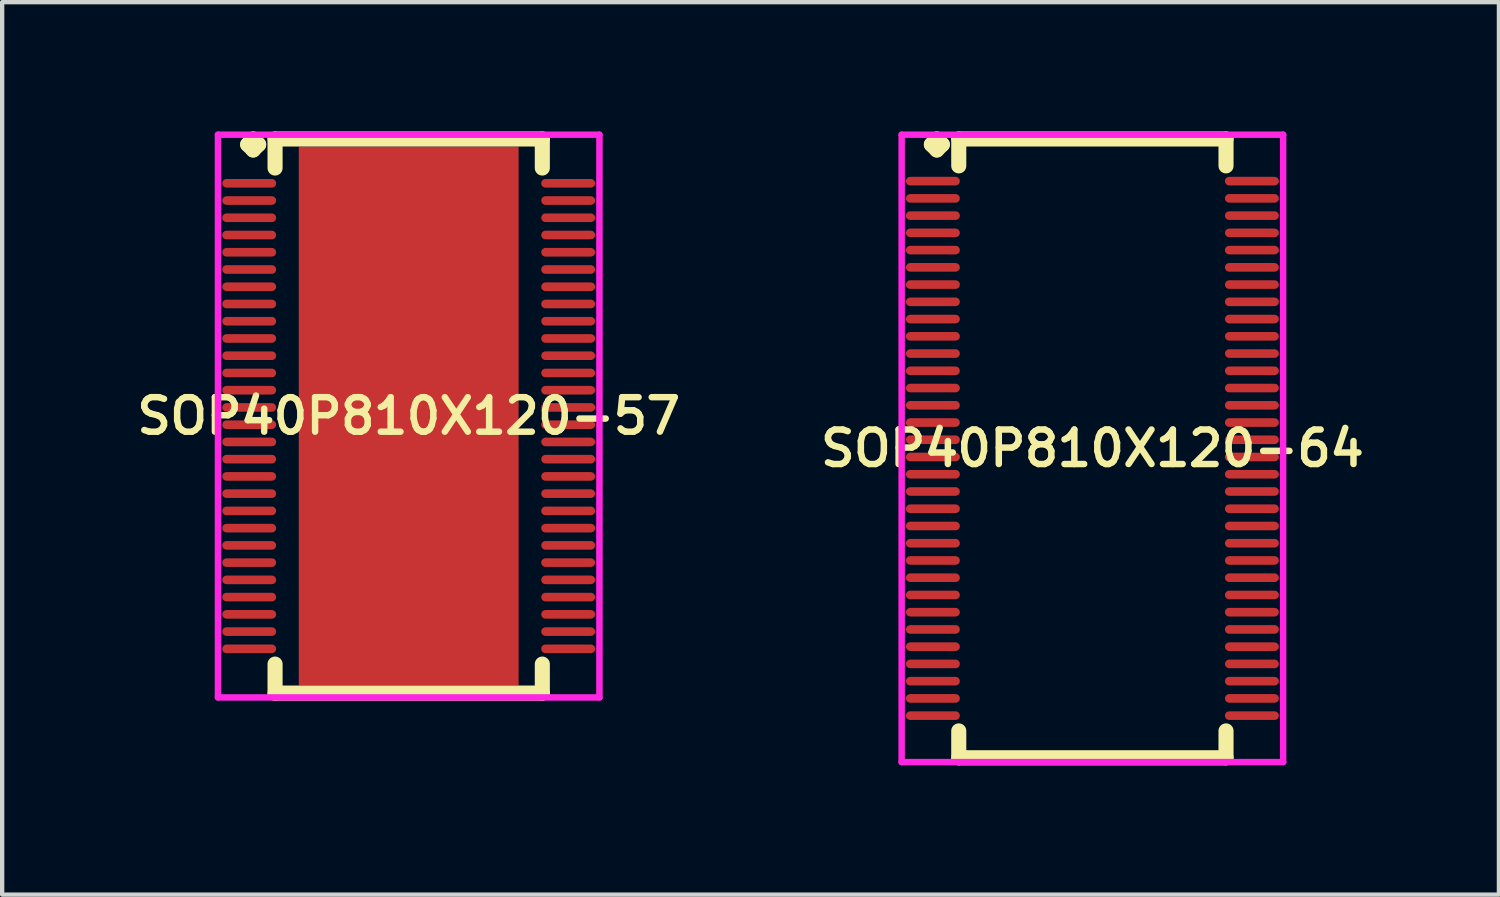
<source format=kicad_pcb>
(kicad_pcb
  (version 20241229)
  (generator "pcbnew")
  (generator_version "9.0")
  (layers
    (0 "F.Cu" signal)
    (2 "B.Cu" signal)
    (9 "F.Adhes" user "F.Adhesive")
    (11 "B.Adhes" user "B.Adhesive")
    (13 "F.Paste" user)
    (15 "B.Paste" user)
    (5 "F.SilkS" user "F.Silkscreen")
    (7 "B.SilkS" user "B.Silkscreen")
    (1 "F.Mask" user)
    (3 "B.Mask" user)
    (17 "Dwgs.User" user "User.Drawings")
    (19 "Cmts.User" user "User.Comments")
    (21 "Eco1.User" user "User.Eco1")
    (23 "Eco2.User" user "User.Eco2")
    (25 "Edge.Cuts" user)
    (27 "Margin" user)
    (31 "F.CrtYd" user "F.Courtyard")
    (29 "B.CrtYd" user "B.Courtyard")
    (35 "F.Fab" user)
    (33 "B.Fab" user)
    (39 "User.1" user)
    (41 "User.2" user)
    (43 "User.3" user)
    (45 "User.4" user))
  (footprint "SOP40P810X120-57"
    (layer "F.Cu")
    (at 6.431 6.602)
    (property "Reference" "SOP40P810X120-57" (at 0 0 0) (layer "F.SilkS") (effects (font (size 0.8 0.8) (thickness 0.15))))
    (attr smd)
    (fp_line (start -3.735 -6.3) (end -3.608 -6.427) (stroke (width 0.35) (type solid)) (layer "F.SilkS"))
    (fp_line (start -3.608 -6.427) (end -3.481 -6.3) (stroke (width 0.35) (type solid)) (layer "F.SilkS"))
    (fp_line (start -3.608 -6.173) (end -3.735 -6.3) (stroke (width 0.35) (type solid)) (layer "F.SilkS"))
    (fp_line (start -3.481 -6.3) (end -3.608 -6.173) (stroke (width 0.35) (type solid)) (layer "F.SilkS"))
    (fp_line (start -3.1 -6.427) (end 3.1 -6.427) (stroke (width 0.35) (type solid)) (layer "F.SilkS"))
    (fp_line (start -3.1 -5.754) (end -3.1 -6.427) (stroke (width 0.35) (type solid)) (layer "F.SilkS"))
    (fp_line (start -3.1 5.754) (end -3.1 6.427) (stroke (width 0.35) (type solid)) (layer "F.SilkS"))
    (fp_line (start -3.1 6.427) (end 3.1 6.427) (stroke (width 0.35) (type solid)) (layer "F.SilkS"))
    (fp_line (start 3.1 -6.427) (end 3.1 -5.754) (stroke (width 0.35) (type solid)) (layer "F.SilkS"))
    (fp_line (start 3.1 6.427) (end 3.1 5.754) (stroke (width 0.35) (type solid)) (layer "F.SilkS"))
    (fp_line (start -4.425 -6.527) (end 4.425 -6.527) (stroke (width 0.15) (type solid)) (layer "F.CrtYd"))
    (fp_line (start -4.425 6.527) (end -4.425 -6.527) (stroke (width 0.15) (type solid)) (layer "F.CrtYd"))
    (fp_line (start 4.425 -6.527) (end 4.425 6.527) (stroke (width 0.15) (type solid)) (layer "F.CrtYd"))
    (fp_line (start 4.425 6.527) (end -4.425 6.527) (stroke (width 0.15) (type solid)) (layer "F.CrtYd"))
    (pad "1" smd oval (at -3.7 -5.4) (size 1.25 0.2) (layers "F.Cu" "F.Mask" "F.Paste"))
    (pad "2" smd oval (at -3.7 -5) (size 1.25 0.2) (layers "F.Cu" "F.Mask" "F.Paste"))
    (pad "3" smd oval (at -3.7 -4.6) (size 1.25 0.2) (layers "F.Cu" "F.Mask" "F.Paste"))
    (pad "4" smd oval (at -3.7 -4.2) (size 1.25 0.2) (layers "F.Cu" "F.Mask" "F.Paste"))
    (pad "5" smd oval (at -3.7 -3.8) (size 1.25 0.2) (layers "F.Cu" "F.Mask" "F.Paste"))
    (pad "6" smd oval (at -3.7 -3.4) (size 1.25 0.2) (layers "F.Cu" "F.Mask" "F.Paste"))
    (pad "7" smd oval (at -3.7 -3) (size 1.25 0.2) (layers "F.Cu" "F.Mask" "F.Paste"))
    (pad "8" smd oval (at -3.7 -2.6) (size 1.25 0.2) (layers "F.Cu" "F.Mask" "F.Paste"))
    (pad "9" smd oval (at -3.7 -2.2) (size 1.25 0.2) (layers "F.Cu" "F.Mask" "F.Paste"))
    (pad "10" smd oval (at -3.7 -1.8) (size 1.25 0.2) (layers "F.Cu" "F.Mask" "F.Paste"))
    (pad "11" smd oval (at -3.7 -1.4) (size 1.25 0.2) (layers "F.Cu" "F.Mask" "F.Paste"))
    (pad "12" smd oval (at -3.7 -1) (size 1.25 0.2) (layers "F.Cu" "F.Mask" "F.Paste"))
    (pad "13" smd oval (at -3.7 -0.6) (size 1.25 0.2) (layers "F.Cu" "F.Mask" "F.Paste"))
    (pad "14" smd oval (at -3.7 -0.2) (size 1.25 0.2) (layers "F.Cu" "F.Mask" "F.Paste"))
    (pad "15" smd oval (at -3.7 0.2) (size 1.25 0.2) (layers "F.Cu" "F.Mask" "F.Paste"))
    (pad "16" smd oval (at -3.7 0.6) (size 1.25 0.2) (layers "F.Cu" "F.Mask" "F.Paste"))
    (pad "17" smd oval (at -3.7 1) (size 1.25 0.2) (layers "F.Cu" "F.Mask" "F.Paste"))
    (pad "18" smd oval (at -3.7 1.4) (size 1.25 0.2) (layers "F.Cu" "F.Mask" "F.Paste"))
    (pad "19" smd oval (at -3.7 1.8) (size 1.25 0.2) (layers "F.Cu" "F.Mask" "F.Paste"))
    (pad "20" smd oval (at -3.7 2.2) (size 1.25 0.2) (layers "F.Cu" "F.Mask" "F.Paste"))
    (pad "21" smd oval (at -3.7 2.6) (size 1.25 0.2) (layers "F.Cu" "F.Mask" "F.Paste"))
    (pad "22" smd oval (at -3.7 3) (size 1.25 0.2) (layers "F.Cu" "F.Mask" "F.Paste"))
    (pad "23" smd oval (at -3.7 3.4) (size 1.25 0.2) (layers "F.Cu" "F.Mask" "F.Paste"))
    (pad "24" smd oval (at -3.7 3.8) (size 1.25 0.2) (layers "F.Cu" "F.Mask" "F.Paste"))
    (pad "25" smd oval (at -3.7 4.2) (size 1.25 0.2) (layers "F.Cu" "F.Mask" "F.Paste"))
    (pad "26" smd oval (at -3.7 4.6) (size 1.25 0.2) (layers "F.Cu" "F.Mask" "F.Paste"))
    (pad "27" smd oval (at -3.7 5) (size 1.25 0.2) (layers "F.Cu" "F.Mask" "F.Paste"))
    (pad "28" smd oval (at -3.7 5.4) (size 1.25 0.2) (layers "F.Cu" "F.Mask" "F.Paste"))
    (pad "29" smd oval (at 3.7 5.4) (size 1.25 0.2) (layers "F.Cu" "F.Mask" "F.Paste"))
    (pad "30" smd oval (at 3.7 5) (size 1.25 0.2) (layers "F.Cu" "F.Mask" "F.Paste"))
    (pad "31" smd oval (at 3.7 4.6) (size 1.25 0.2) (layers "F.Cu" "F.Mask" "F.Paste"))
    (pad "32" smd oval (at 3.7 4.2) (size 1.25 0.2) (layers "F.Cu" "F.Mask" "F.Paste"))
    (pad "33" smd oval (at 3.7 3.8) (size 1.25 0.2) (layers "F.Cu" "F.Mask" "F.Paste"))
    (pad "34" smd oval (at 3.7 3.4) (size 1.25 0.2) (layers "F.Cu" "F.Mask" "F.Paste"))
    (pad "35" smd oval (at 3.7 3) (size 1.25 0.2) (layers "F.Cu" "F.Mask" "F.Paste"))
    (pad "36" smd oval (at 3.7 2.6) (size 1.25 0.2) (layers "F.Cu" "F.Mask" "F.Paste"))
    (pad "37" smd oval (at 3.7 2.2) (size 1.25 0.2) (layers "F.Cu" "F.Mask" "F.Paste"))
    (pad "38" smd oval (at 3.7 1.8) (size 1.25 0.2) (layers "F.Cu" "F.Mask" "F.Paste"))
    (pad "39" smd oval (at 3.7 1.4) (size 1.25 0.2) (layers "F.Cu" "F.Mask" "F.Paste"))
    (pad "40" smd oval (at 3.7 1) (size 1.25 0.2) (layers "F.Cu" "F.Mask" "F.Paste"))
    (pad "41" smd oval (at 3.7 0.6) (size 1.25 0.2) (layers "F.Cu" "F.Mask" "F.Paste"))
    (pad "42" smd oval (at 3.7 0.2) (size 1.25 0.2) (layers "F.Cu" "F.Mask" "F.Paste"))
    (pad "43" smd oval (at 3.7 -0.2) (size 1.25 0.2) (layers "F.Cu" "F.Mask" "F.Paste"))
    (pad "44" smd oval (at 3.7 -0.6) (size 1.25 0.2) (layers "F.Cu" "F.Mask" "F.Paste"))
    (pad "45" smd oval (at 3.7 -1) (size 1.25 0.2) (layers "F.Cu" "F.Mask" "F.Paste"))
    (pad "46" smd oval (at 3.7 -1.4) (size 1.25 0.2) (layers "F.Cu" "F.Mask" "F.Paste"))
    (pad "47" smd oval (at 3.7 -1.8) (size 1.25 0.2) (layers "F.Cu" "F.Mask" "F.Paste"))
    (pad "48" smd oval (at 3.7 -2.2) (size 1.25 0.2) (layers "F.Cu" "F.Mask" "F.Paste"))
    (pad "49" smd oval (at 3.7 -2.6) (size 1.25 0.2) (layers "F.Cu" "F.Mask" "F.Paste"))
    (pad "50" smd oval (at 3.7 -3) (size 1.25 0.2) (layers "F.Cu" "F.Mask" "F.Paste"))
    (pad "51" smd oval (at 3.7 -3.4) (size 1.25 0.2) (layers "F.Cu" "F.Mask" "F.Paste"))
    (pad "52" smd oval (at 3.7 -3.8) (size 1.25 0.2) (layers "F.Cu" "F.Mask" "F.Paste"))
    (pad "53" smd oval (at 3.7 -4.2) (size 1.25 0.2) (layers "F.Cu" "F.Mask" "F.Paste"))
    (pad "54" smd oval (at 3.7 -4.6) (size 1.25 0.2) (layers "F.Cu" "F.Mask" "F.Paste"))
    (pad "55" smd oval (at 3.7 -5) (size 1.25 0.2) (layers "F.Cu" "F.Mask" "F.Paste"))
    (pad "56" smd oval (at 3.7 -5.4) (size 1.25 0.2) (layers "F.Cu" "F.Mask" "F.Paste"))
    (pad "57" smd rect (at 0 0) (size 5.1 12.5) (layers "F.Cu" "F.Mask" "F.Paste")))
  (footprint "SOP40P810X120-64"
    (layer "F.Cu")
    (at 22.292 7.352)
    (property "Reference" "SOP40P810X120-64" (at 0 0 0) (layer "F.SilkS") (effects (font (size 0.8 0.8) (thickness 0.15))))
    (attr smd)
    (fp_line (start -3.735 -7.05) (end -3.608 -7.177) (stroke (width 0.35) (type solid)) (layer "F.SilkS"))
    (fp_line (start -3.608 -7.177) (end -3.481 -7.05) (stroke (width 0.35) (type solid)) (layer "F.SilkS"))
    (fp_line (start -3.608 -6.923) (end -3.735 -7.05) (stroke (width 0.35) (type solid)) (layer "F.SilkS"))
    (fp_line (start -3.481 -7.05) (end -3.608 -6.923) (stroke (width 0.35) (type solid)) (layer "F.SilkS"))
    (fp_line (start -3.1 -7.177) (end 3.1 -7.177) (stroke (width 0.35) (type solid)) (layer "F.SilkS"))
    (fp_line (start -3.1 -6.554) (end -3.1 -7.177) (stroke (width 0.35) (type solid)) (layer "F.SilkS"))
    (fp_line (start -3.1 6.554) (end -3.1 7.177) (stroke (width 0.35) (type solid)) (layer "F.SilkS"))
    (fp_line (start -3.1 7.177) (end 3.1 7.177) (stroke (width 0.35) (type solid)) (layer "F.SilkS"))
    (fp_line (start 3.1 -7.177) (end 3.1 -6.554) (stroke (width 0.35) (type solid)) (layer "F.SilkS"))
    (fp_line (start 3.1 7.177) (end 3.1 6.554) (stroke (width 0.35) (type solid)) (layer "F.SilkS"))
    (fp_line (start -4.425 -7.277) (end 4.425 -7.277) (stroke (width 0.15) (type solid)) (layer "F.CrtYd"))
    (fp_line (start -4.425 7.277) (end -4.425 -7.277) (stroke (width 0.15) (type solid)) (layer "F.CrtYd"))
    (fp_line (start 4.425 -7.277) (end 4.425 7.277) (stroke (width 0.15) (type solid)) (layer "F.CrtYd"))
    (fp_line (start 4.425 7.277) (end -4.425 7.277) (stroke (width 0.15) (type solid)) (layer "F.CrtYd"))
    (pad "1" smd oval (at -3.7 -6.2) (size 1.25 0.2) (layers "F.Cu" "F.Mask" "F.Paste"))
    (pad "2" smd oval (at -3.7 -5.8) (size 1.25 0.2) (layers "F.Cu" "F.Mask" "F.Paste"))
    (pad "3" smd oval (at -3.7 -5.4) (size 1.25 0.2) (layers "F.Cu" "F.Mask" "F.Paste"))
    (pad "4" smd oval (at -3.7 -5) (size 1.25 0.2) (layers "F.Cu" "F.Mask" "F.Paste"))
    (pad "5" smd oval (at -3.7 -4.6) (size 1.25 0.2) (layers "F.Cu" "F.Mask" "F.Paste"))
    (pad "6" smd oval (at -3.7 -4.2) (size 1.25 0.2) (layers "F.Cu" "F.Mask" "F.Paste"))
    (pad "7" smd oval (at -3.7 -3.8) (size 1.25 0.2) (layers "F.Cu" "F.Mask" "F.Paste"))
    (pad "8" smd oval (at -3.7 -3.4) (size 1.25 0.2) (layers "F.Cu" "F.Mask" "F.Paste"))
    (pad "9" smd oval (at -3.7 -3) (size 1.25 0.2) (layers "F.Cu" "F.Mask" "F.Paste"))
    (pad "10" smd oval (at -3.7 -2.6) (size 1.25 0.2) (layers "F.Cu" "F.Mask" "F.Paste"))
    (pad "11" smd oval (at -3.7 -2.2) (size 1.25 0.2) (layers "F.Cu" "F.Mask" "F.Paste"))
    (pad "12" smd oval (at -3.7 -1.8) (size 1.25 0.2) (layers "F.Cu" "F.Mask" "F.Paste"))
    (pad "13" smd oval (at -3.7 -1.4) (size 1.25 0.2) (layers "F.Cu" "F.Mask" "F.Paste"))
    (pad "14" smd oval (at -3.7 -1) (size 1.25 0.2) (layers "F.Cu" "F.Mask" "F.Paste"))
    (pad "15" smd oval (at -3.7 -0.6) (size 1.25 0.2) (layers "F.Cu" "F.Mask" "F.Paste"))
    (pad "16" smd oval (at -3.7 -0.2) (size 1.25 0.2) (layers "F.Cu" "F.Mask" "F.Paste"))
    (pad "17" smd oval (at -3.7 0.2) (size 1.25 0.2) (layers "F.Cu" "F.Mask" "F.Paste"))
    (pad "18" smd oval (at -3.7 0.6) (size 1.25 0.2) (layers "F.Cu" "F.Mask" "F.Paste"))
    (pad "19" smd oval (at -3.7 1) (size 1.25 0.2) (layers "F.Cu" "F.Mask" "F.Paste"))
    (pad "20" smd oval (at -3.7 1.4) (size 1.25 0.2) (layers "F.Cu" "F.Mask" "F.Paste"))
    (pad "21" smd oval (at -3.7 1.8) (size 1.25 0.2) (layers "F.Cu" "F.Mask" "F.Paste"))
    (pad "22" smd oval (at -3.7 2.2) (size 1.25 0.2) (layers "F.Cu" "F.Mask" "F.Paste"))
    (pad "23" smd oval (at -3.7 2.6) (size 1.25 0.2) (layers "F.Cu" "F.Mask" "F.Paste"))
    (pad "24" smd oval (at -3.7 3) (size 1.25 0.2) (layers "F.Cu" "F.Mask" "F.Paste"))
    (pad "25" smd oval (at -3.7 3.4) (size 1.25 0.2) (layers "F.Cu" "F.Mask" "F.Paste"))
    (pad "26" smd oval (at -3.7 3.8) (size 1.25 0.2) (layers "F.Cu" "F.Mask" "F.Paste"))
    (pad "27" smd oval (at -3.7 4.2) (size 1.25 0.2) (layers "F.Cu" "F.Mask" "F.Paste"))
    (pad "28" smd oval (at -3.7 4.6) (size 1.25 0.2) (layers "F.Cu" "F.Mask" "F.Paste"))
    (pad "29" smd oval (at -3.7 5) (size 1.25 0.2) (layers "F.Cu" "F.Mask" "F.Paste"))
    (pad "30" smd oval (at -3.7 5.4) (size 1.25 0.2) (layers "F.Cu" "F.Mask" "F.Paste"))
    (pad "31" smd oval (at -3.7 5.8) (size 1.25 0.2) (layers "F.Cu" "F.Mask" "F.Paste"))
    (pad "32" smd oval (at -3.7 6.2) (size 1.25 0.2) (layers "F.Cu" "F.Mask" "F.Paste"))
    (pad "33" smd oval (at 3.7 6.2) (size 1.25 0.2) (layers "F.Cu" "F.Mask" "F.Paste"))
    (pad "34" smd oval (at 3.7 5.8) (size 1.25 0.2) (layers "F.Cu" "F.Mask" "F.Paste"))
    (pad "35" smd oval (at 3.7 5.4) (size 1.25 0.2) (layers "F.Cu" "F.Mask" "F.Paste"))
    (pad "36" smd oval (at 3.7 5) (size 1.25 0.2) (layers "F.Cu" "F.Mask" "F.Paste"))
    (pad "37" smd oval (at 3.7 4.6) (size 1.25 0.2) (layers "F.Cu" "F.Mask" "F.Paste"))
    (pad "38" smd oval (at 3.7 4.2) (size 1.25 0.2) (layers "F.Cu" "F.Mask" "F.Paste"))
    (pad "39" smd oval (at 3.7 3.8) (size 1.25 0.2) (layers "F.Cu" "F.Mask" "F.Paste"))
    (pad "40" smd oval (at 3.7 3.4) (size 1.25 0.2) (layers "F.Cu" "F.Mask" "F.Paste"))
    (pad "41" smd oval (at 3.7 3) (size 1.25 0.2) (layers "F.Cu" "F.Mask" "F.Paste"))
    (pad "42" smd oval (at 3.7 2.6) (size 1.25 0.2) (layers "F.Cu" "F.Mask" "F.Paste"))
    (pad "43" smd oval (at 3.7 2.2) (size 1.25 0.2) (layers "F.Cu" "F.Mask" "F.Paste"))
    (pad "44" smd oval (at 3.7 1.8) (size 1.25 0.2) (layers "F.Cu" "F.Mask" "F.Paste"))
    (pad "45" smd oval (at 3.7 1.4) (size 1.25 0.2) (layers "F.Cu" "F.Mask" "F.Paste"))
    (pad "46" smd oval (at 3.7 1) (size 1.25 0.2) (layers "F.Cu" "F.Mask" "F.Paste"))
    (pad "47" smd oval (at 3.7 0.6) (size 1.25 0.2) (layers "F.Cu" "F.Mask" "F.Paste"))
    (pad "48" smd oval (at 3.7 0.2) (size 1.25 0.2) (layers "F.Cu" "F.Mask" "F.Paste"))
    (pad "49" smd oval (at 3.7 -0.2) (size 1.25 0.2) (layers "F.Cu" "F.Mask" "F.Paste"))
    (pad "50" smd oval (at 3.7 -0.6) (size 1.25 0.2) (layers "F.Cu" "F.Mask" "F.Paste"))
    (pad "51" smd oval (at 3.7 -1) (size 1.25 0.2) (layers "F.Cu" "F.Mask" "F.Paste"))
    (pad "52" smd oval (at 3.7 -1.4) (size 1.25 0.2) (layers "F.Cu" "F.Mask" "F.Paste"))
    (pad "53" smd oval (at 3.7 -1.8) (size 1.25 0.2) (layers "F.Cu" "F.Mask" "F.Paste"))
    (pad "54" smd oval (at 3.7 -2.2) (size 1.25 0.2) (layers "F.Cu" "F.Mask" "F.Paste"))
    (pad "55" smd oval (at 3.7 -2.6) (size 1.25 0.2) (layers "F.Cu" "F.Mask" "F.Paste"))
    (pad "56" smd oval (at 3.7 -3) (size 1.25 0.2) (layers "F.Cu" "F.Mask" "F.Paste"))
    (pad "57" smd oval (at 3.7 -3.4) (size 1.25 0.2) (layers "F.Cu" "F.Mask" "F.Paste"))
    (pad "58" smd oval (at 3.7 -3.8) (size 1.25 0.2) (layers "F.Cu" "F.Mask" "F.Paste"))
    (pad "59" smd oval (at 3.7 -4.2) (size 1.25 0.2) (layers "F.Cu" "F.Mask" "F.Paste"))
    (pad "60" smd oval (at 3.7 -4.6) (size 1.25 0.2) (layers "F.Cu" "F.Mask" "F.Paste"))
    (pad "61" smd oval (at 3.7 -5) (size 1.25 0.2) (layers "F.Cu" "F.Mask" "F.Paste"))
    (pad "62" smd oval (at 3.7 -5.4) (size 1.25 0.2) (layers "F.Cu" "F.Mask" "F.Paste"))
    (pad "63" smd oval (at 3.7 -5.8) (size 1.25 0.2) (layers "F.Cu" "F.Mask" "F.Paste"))
    (pad "64" smd oval (at 3.7 -6.2) (size 1.25 0.2) (layers "F.Cu" "F.Mask" "F.Paste")))
  (gr_rect
    (start -3 -3)
    (end 31.723 17.704)
    (stroke (width 0.1) (type default))
    (fill no)
    (layer "Edge.Cuts")))
</source>
